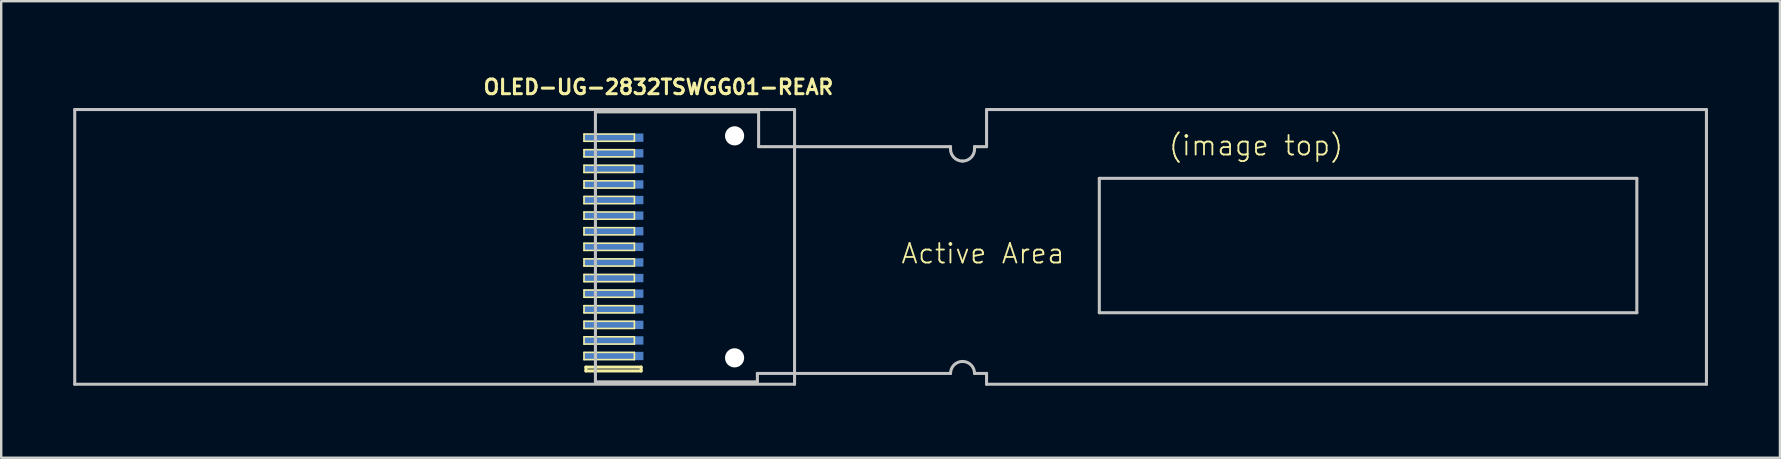
<source format=kicad_pcb>
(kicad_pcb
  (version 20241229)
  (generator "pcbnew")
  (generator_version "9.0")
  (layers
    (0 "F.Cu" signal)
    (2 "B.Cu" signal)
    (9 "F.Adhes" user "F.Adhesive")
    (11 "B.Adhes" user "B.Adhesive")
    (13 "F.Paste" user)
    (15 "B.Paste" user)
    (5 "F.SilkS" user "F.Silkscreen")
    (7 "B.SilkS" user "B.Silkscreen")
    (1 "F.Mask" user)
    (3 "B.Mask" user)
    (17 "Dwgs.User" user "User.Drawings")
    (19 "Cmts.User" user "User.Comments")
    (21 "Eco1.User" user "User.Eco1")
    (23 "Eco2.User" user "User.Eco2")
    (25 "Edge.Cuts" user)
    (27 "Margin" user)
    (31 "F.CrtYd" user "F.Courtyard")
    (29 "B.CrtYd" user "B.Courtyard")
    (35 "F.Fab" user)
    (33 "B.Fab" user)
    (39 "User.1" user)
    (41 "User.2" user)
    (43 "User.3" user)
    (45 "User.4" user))
  (footprint "OLED-UG-2832TSWGG01-REAR"
    (layer "F.Cu")
    (at 21.763 1.613)
    (property "Reference" "OLED-UG-2832TSWGG01-REAR" (at 2.624 -1.034 0) (layer "F.SilkS") (effects (font (size 0.61 0.61) (thickness 0.127))))
    (attr smd)
    (fp_line (start -0.475 0.925) (end 1.623 0.925) (stroke (width 0.066) (type solid)) (layer "F.SilkS"))
    (fp_line (start -0.475 1.224) (end -0.475 0.925) (stroke (width 0.066) (type solid)) (layer "F.SilkS"))
    (fp_line (start -0.475 1.224) (end 1.623 1.224) (stroke (width 0.066) (type solid)) (layer "F.SilkS"))
    (fp_line (start -0.475 1.575) (end 1.623 1.575) (stroke (width 0.066) (type solid)) (layer "F.SilkS"))
    (fp_line (start -0.475 1.875) (end -0.475 1.575) (stroke (width 0.066) (type solid)) (layer "F.SilkS"))
    (fp_line (start -0.475 1.875) (end 1.623 1.875) (stroke (width 0.066) (type solid)) (layer "F.SilkS"))
    (fp_line (start -0.475 2.223) (end 1.623 2.223) (stroke (width 0.066) (type solid)) (layer "F.SilkS"))
    (fp_line (start -0.475 2.525) (end -0.475 2.223) (stroke (width 0.066) (type solid)) (layer "F.SilkS"))
    (fp_line (start -0.475 2.525) (end 1.623 2.525) (stroke (width 0.066) (type solid)) (layer "F.SilkS"))
    (fp_line (start -0.475 2.873) (end 1.623 2.873) (stroke (width 0.066) (type solid)) (layer "F.SilkS"))
    (fp_line (start -0.475 3.175) (end -0.475 2.873) (stroke (width 0.066) (type solid)) (layer "F.SilkS"))
    (fp_line (start -0.475 3.175) (end 1.623 3.175) (stroke (width 0.066) (type solid)) (layer "F.SilkS"))
    (fp_line (start -0.475 3.523) (end 1.623 3.523) (stroke (width 0.066) (type solid)) (layer "F.SilkS"))
    (fp_line (start -0.475 3.823) (end -0.475 3.523) (stroke (width 0.066) (type solid)) (layer "F.SilkS"))
    (fp_line (start -0.475 3.823) (end 1.623 3.823) (stroke (width 0.066) (type solid)) (layer "F.SilkS"))
    (fp_line (start -0.475 4.173) (end 1.623 4.173) (stroke (width 0.066) (type solid)) (layer "F.SilkS"))
    (fp_line (start -0.475 4.473) (end -0.475 4.173) (stroke (width 0.066) (type solid)) (layer "F.SilkS"))
    (fp_line (start -0.475 4.473) (end 1.623 4.473) (stroke (width 0.066) (type solid)) (layer "F.SilkS"))
    (fp_line (start -0.475 4.823) (end 1.623 4.823) (stroke (width 0.066) (type solid)) (layer "F.SilkS"))
    (fp_line (start -0.475 5.123) (end -0.475 4.823) (stroke (width 0.066) (type solid)) (layer "F.SilkS"))
    (fp_line (start -0.475 5.123) (end 1.623 5.123) (stroke (width 0.066) (type solid)) (layer "F.SilkS"))
    (fp_line (start -0.475 5.474) (end 1.623 5.474) (stroke (width 0.066) (type solid)) (layer "F.SilkS"))
    (fp_line (start -0.475 5.773) (end -0.475 5.474) (stroke (width 0.066) (type solid)) (layer "F.SilkS"))
    (fp_line (start -0.475 5.773) (end 1.623 5.773) (stroke (width 0.066) (type solid)) (layer "F.SilkS"))
    (fp_line (start -0.475 6.124) (end 1.623 6.124) (stroke (width 0.066) (type solid)) (layer "F.SilkS"))
    (fp_line (start -0.475 6.424) (end -0.475 6.124) (stroke (width 0.066) (type solid)) (layer "F.SilkS"))
    (fp_line (start -0.475 6.424) (end 1.623 6.424) (stroke (width 0.066) (type solid)) (layer "F.SilkS"))
    (fp_line (start -0.475 6.774) (end 1.623 6.774) (stroke (width 0.066) (type solid)) (layer "F.SilkS"))
    (fp_line (start -0.475 7.074) (end -0.475 6.774) (stroke (width 0.066) (type solid)) (layer "F.SilkS"))
    (fp_line (start -0.475 7.074) (end 1.623 7.074) (stroke (width 0.066) (type solid)) (layer "F.SilkS"))
    (fp_line (start -0.475 7.424) (end 1.623 7.424) (stroke (width 0.066) (type solid)) (layer "F.SilkS"))
    (fp_line (start -0.475 7.724) (end -0.475 7.424) (stroke (width 0.066) (type solid)) (layer "F.SilkS"))
    (fp_line (start -0.475 7.724) (end 1.623 7.724) (stroke (width 0.066) (type solid)) (layer "F.SilkS"))
    (fp_line (start -0.475 8.075) (end 1.623 8.075) (stroke (width 0.066) (type solid)) (layer "F.SilkS"))
    (fp_line (start -0.475 8.374) (end -0.475 8.075) (stroke (width 0.066) (type solid)) (layer "F.SilkS"))
    (fp_line (start -0.475 8.374) (end 1.623 8.374) (stroke (width 0.066) (type solid)) (layer "F.SilkS"))
    (fp_line (start -0.475 8.725) (end 1.623 8.725) (stroke (width 0.066) (type solid)) (layer "F.SilkS"))
    (fp_line (start -0.475 9.025) (end -0.475 8.725) (stroke (width 0.066) (type solid)) (layer "F.SilkS"))
    (fp_line (start -0.475 9.025) (end 1.623 9.025) (stroke (width 0.066) (type solid)) (layer "F.SilkS"))
    (fp_line (start -0.475 9.373) (end 1.623 9.373) (stroke (width 0.066) (type solid)) (layer "F.SilkS"))
    (fp_line (start -0.475 9.675) (end -0.475 9.373) (stroke (width 0.066) (type solid)) (layer "F.SilkS"))
    (fp_line (start -0.475 9.675) (end 1.623 9.675) (stroke (width 0.066) (type solid)) (layer "F.SilkS"))
    (fp_line (start -0.475 10.023) (end 1.623 10.023) (stroke (width 0.066) (type solid)) (layer "F.SilkS"))
    (fp_line (start -0.475 10.323) (end -0.475 10.023) (stroke (width 0.066) (type solid)) (layer "F.SilkS"))
    (fp_line (start -0.475 10.323) (end 1.623 10.323) (stroke (width 0.066) (type solid)) (layer "F.SilkS"))
    (fp_line (start -0.396 10.635) (end -0.396 10.795) (stroke (width 0.127) (type solid)) (layer "F.SilkS"))
    (fp_line (start -0.396 10.795) (end 1.905 10.795) (stroke (width 0.127) (type solid)) (layer "F.SilkS"))
    (fp_line (start 1.623 1.224) (end 1.623 0.925) (stroke (width 0.066) (type solid)) (layer "F.SilkS"))
    (fp_line (start 1.623 1.875) (end 1.623 1.575) (stroke (width 0.066) (type solid)) (layer "F.SilkS"))
    (fp_line (start 1.623 2.525) (end 1.623 2.223) (stroke (width 0.066) (type solid)) (layer "F.SilkS"))
    (fp_line (start 1.623 3.175) (end 1.623 2.873) (stroke (width 0.066) (type solid)) (layer "F.SilkS"))
    (fp_line (start 1.623 3.823) (end 1.623 3.523) (stroke (width 0.066) (type solid)) (layer "F.SilkS"))
    (fp_line (start 1.623 4.473) (end 1.623 4.173) (stroke (width 0.066) (type solid)) (layer "F.SilkS"))
    (fp_line (start 1.623 5.123) (end 1.623 4.823) (stroke (width 0.066) (type solid)) (layer "F.SilkS"))
    (fp_line (start 1.623 5.773) (end 1.623 5.474) (stroke (width 0.066) (type solid)) (layer "F.SilkS"))
    (fp_line (start 1.623 6.424) (end 1.623 6.124) (stroke (width 0.066) (type solid)) (layer "F.SilkS"))
    (fp_line (start 1.623 7.074) (end 1.623 6.774) (stroke (width 0.066) (type solid)) (layer "F.SilkS"))
    (fp_line (start 1.623 7.724) (end 1.623 7.424) (stroke (width 0.066) (type solid)) (layer "F.SilkS"))
    (fp_line (start 1.623 8.374) (end 1.623 8.075) (stroke (width 0.066) (type solid)) (layer "F.SilkS"))
    (fp_line (start 1.623 9.025) (end 1.623 8.725) (stroke (width 0.066) (type solid)) (layer "F.SilkS"))
    (fp_line (start 1.623 9.675) (end 1.623 9.373) (stroke (width 0.066) (type solid)) (layer "F.SilkS"))
    (fp_line (start 1.623 10.323) (end 1.623 10.023) (stroke (width 0.066) (type solid)) (layer "F.SilkS"))
    (fp_line (start 1.905 10.635) (end -0.396 10.635) (stroke (width 0.127) (type solid)) (layer "F.SilkS"))
    (fp_line (start 1.905 10.795) (end 1.905 10.635) (stroke (width 0.127) (type solid)) (layer "F.SilkS"))
    (fp_line (start -21.699 -0.099) (end 8.298 -0.099) (stroke (width 0.127) (type solid)) (layer "Dwgs.User"))
    (fp_line (start -21.699 11.349) (end -21.699 -0.099) (stroke (width 0.127) (type solid)) (layer "Dwgs.User"))
    (fp_line (start 0 0) (end 0 11.25) (stroke (width 0.127) (type solid)) (layer "Dwgs.User"))
    (fp_line (start 0 0) (end 6.8 0) (stroke (width 0.127) (type solid)) (layer "Dwgs.User"))
    (fp_line (start 0 11.25) (end 6.749 11.25) (stroke (width 0.127) (type solid)) (layer "Dwgs.User"))
    (fp_line (start 6.749 10.899) (end 14.798 10.899) (stroke (width 0.127) (type solid)) (layer "Dwgs.User"))
    (fp_line (start 6.749 11.25) (end 6.749 10.899) (stroke (width 0.127) (type solid)) (layer "Dwgs.User"))
    (fp_line (start 6.8 0) (end 6.8 1.448) (stroke (width 0.127) (type solid)) (layer "Dwgs.User"))
    (fp_line (start 6.8 1.448) (end 14.798 1.448) (stroke (width 0.127) (type solid)) (layer "Dwgs.User"))
    (fp_line (start 8.298 -0.099) (end 8.298 11.349) (stroke (width 0.127) (type solid)) (layer "Dwgs.User"))
    (fp_line (start 8.298 11.349) (end -21.699 11.349) (stroke (width 0.127) (type solid)) (layer "Dwgs.User"))
    (fp_line (start 14.798 1.448) (end 14.798 1.549) (stroke (width 0.127) (type solid)) (layer "Dwgs.User"))
    (fp_line (start 15.799 1.549) (end 15.799 1.448) (stroke (width 0.127) (type solid)) (layer "Dwgs.User"))
    (fp_line (start 16.299 -0.099) (end 16.299 1.448) (stroke (width 0.127) (type solid)) (layer "Dwgs.User"))
    (fp_line (start 16.299 1.448) (end 15.799 1.448) (stroke (width 0.127) (type solid)) (layer "Dwgs.User"))
    (fp_line (start 16.299 10.899) (end 15.799 10.899) (stroke (width 0.127) (type solid)) (layer "Dwgs.User"))
    (fp_line (start 16.299 11.349) (end 16.299 10.899) (stroke (width 0.127) (type solid)) (layer "Dwgs.User"))
    (fp_line (start 20.998 2.769) (end 20.998 8.369) (stroke (width 0.127) (type solid)) (layer "Dwgs.User"))
    (fp_line (start 20.998 8.369) (end 43.398 8.369) (stroke (width 0.127) (type solid)) (layer "Dwgs.User"))
    (fp_line (start 43.398 2.769) (end 20.998 2.769) (stroke (width 0.127) (type solid)) (layer "Dwgs.User"))
    (fp_line (start 43.398 8.369) (end 43.398 2.769) (stroke (width 0.127) (type solid)) (layer "Dwgs.User"))
    (fp_line (start 46.299 -0.099) (end 16.299 -0.099) (stroke (width 0.127) (type solid)) (layer "Dwgs.User"))
    (fp_line (start 46.299 -0.099) (end 46.299 11.349) (stroke (width 0.127) (type solid)) (layer "Dwgs.User"))
    (fp_line (start 46.299 11.349) (end 16.299 11.349) (stroke (width 0.127) (type solid)) (layer "Dwgs.User"))
    (fp_arc (start 14.79804 10.89914) (mid 14.944598 10.545318) (end 15.29842 10.39876) (stroke (width 0.127) (type solid)) (layer "Dwgs.User"))
    (fp_arc (start 15.29842 2.04978) (mid 14.944598 1.903222) (end 14.79804 1.5494) (stroke (width 0.127) (type solid)) (layer "Dwgs.User"))
    (fp_arc (start 15.29842 10.39876) (mid 15.652242 10.545318) (end 15.7988 10.89914) (stroke (width 0.127) (type solid)) (layer "Dwgs.User"))
    (fp_arc (start 15.7988 1.5494) (mid 15.652242 1.903222) (end 15.29842 2.04978) (stroke (width 0.127) (type solid)) (layer "Dwgs.User"))
    (fp_text user "(image top)" (at 27.529 1.405 180) (layer "F.SilkS") (effects (font (size 0.813 0.813) (thickness 0.076))))
    (fp_text user "Active Area\n" (at 16.149 5.905 180) (layer "F.SilkS") (effects (font (size 0.813 0.813) (thickness 0.076))))
    (pad "" np_thru_hole circle (at 5.799 0.998) (size 0.798 0.798) (drill 0.798) (layers "*.Cu" "*.Mask"))
    (pad "" np_thru_hole circle (at 5.799 10.249) (size 0.798 0.798) (drill 0.798) (layers "*.Cu" "*.Mask"))
    (pad "1" smd rect (at 0.749 10.173 270) (size 0.348 2.499) (layers "B.Cu" "B.Mask"))
    (pad "2" smd rect (at 0.749 9.525 270) (size 0.348 2.499) (layers "B.Cu" "B.Mask"))
    (pad "3" smd rect (at 0.749 8.875 270) (size 0.348 2.499) (layers "B.Cu" "B.Mask"))
    (pad "4" smd rect (at 0.749 8.225 270) (size 0.348 2.499) (layers "B.Cu" "B.Mask"))
    (pad "5" smd rect (at 0.749 7.574 270) (size 0.348 2.499) (layers "B.Cu" "B.Mask"))
    (pad "6" smd rect (at 0.749 6.924 270) (size 0.348 2.499) (layers "B.Cu" "B.Mask"))
    (pad "7" smd rect (at 0.749 6.274 270) (size 0.348 2.499) (layers "B.Cu" "B.Mask"))
    (pad "8" smd rect (at 0.749 5.624 270) (size 0.348 2.499) (layers "B.Cu" "B.Mask"))
    (pad "9" smd rect (at 0.749 4.973 270) (size 0.348 2.499) (layers "B.Cu" "B.Mask"))
    (pad "10" smd rect (at 0.749 4.323 270) (size 0.348 2.499) (layers "B.Cu" "B.Mask"))
    (pad "11" smd rect (at 0.749 3.673 270) (size 0.348 2.499) (layers "B.Cu" "B.Mask"))
    (pad "12" smd rect (at 0.749 3.023 270) (size 0.348 2.499) (layers "B.Cu" "B.Mask"))
    (pad "13" smd rect (at 0.749 2.375 270) (size 0.348 2.499) (layers "B.Cu" "B.Mask"))
    (pad "14" smd rect (at 0.749 1.725 270) (size 0.348 2.499) (layers "B.Cu" "B.Mask"))
    (pad "15" smd rect (at 0.749 1.074 270) (size 0.348 2.499) (layers "B.Cu" "B.Mask")))
  (gr_rect
    (start -3 -3)
    (end 71.125 16.026)
    (stroke (width 0.1) (type default))
    (fill no)
    (layer "Edge.Cuts")))
</source>
